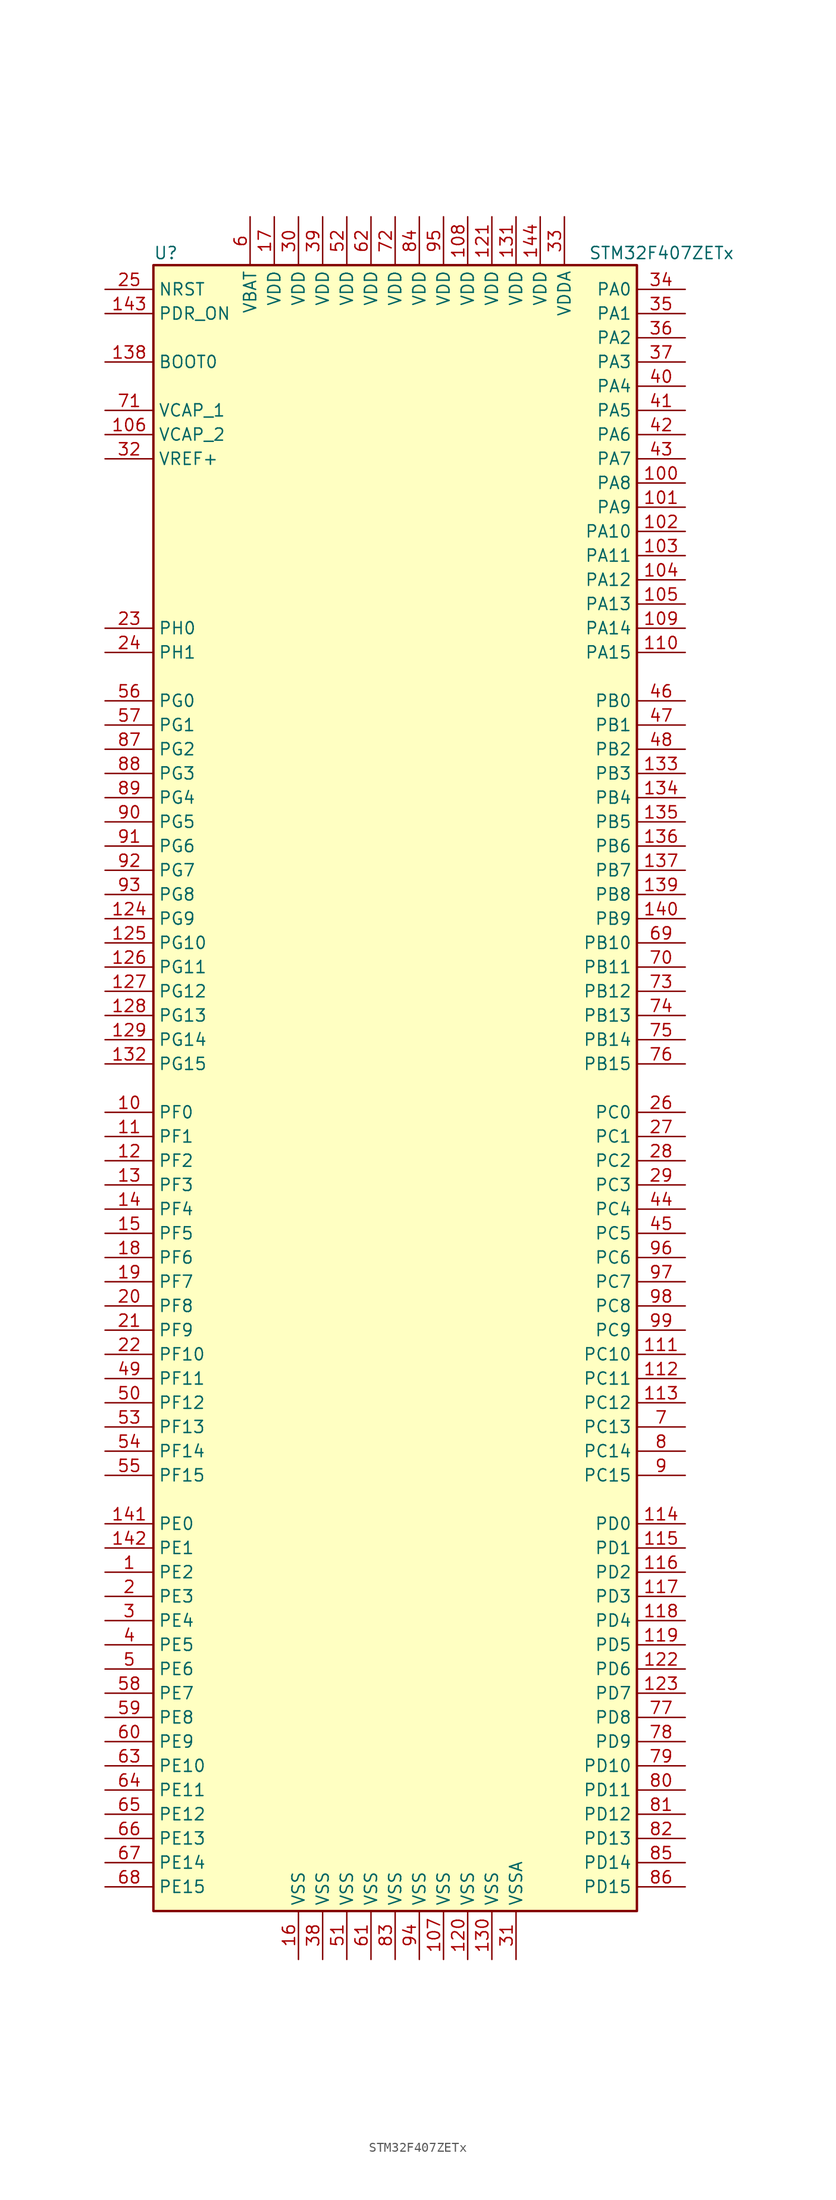
<source format=kicad_sym>
(kicad_symbol_lib
  (version 20220914)
  (generator kicad_symbol_editor)
  (symbol "STM32F407ZETx"
    (property "Reference" "U"
      (at -25.4 87.63 0)
      (effects (font (size 1.27 1.27)) (justify left)))
    (property "Value" "STM32F407ZETx"
      (at 20.32 87.63 0)
      (effects (font (size 1.27 1.27)) (justify left)))
    (symbol "STM32F407ZETx_0_1"
      (rectangle (start -25.4 -86.36) (end 25.4 86.36) (stroke (width 0.254) (type default)) (fill (type background))))
    (symbol "STM32F407ZETx_1_1"
      (pin bidirectional line (at -30.48 -50.8 0) (length 5.08) (name "PE2" (effects (font (size 1.27 1.27)))) (number "1" (effects (font (size 1.27 1.27)))))
      (pin bidirectional line (at -30.48 -2.54 0) (length 5.08) (name "PF0" (effects (font (size 1.27 1.27)))) (number "10" (effects (font (size 1.27 1.27)))))
      (pin bidirectional line (at 30.48 63.5 180) (length 5.08) (name "PA8" (effects (font (size 1.27 1.27)))) (number "100" (effects (font (size 1.27 1.27)))))
      (pin bidirectional line (at 30.48 60.96 180) (length 5.08) (name "PA9" (effects (font (size 1.27 1.27)))) (number "101" (effects (font (size 1.27 1.27)))))
      (pin bidirectional line (at 30.48 58.42 180) (length 5.08) (name "PA10" (effects (font (size 1.27 1.27)))) (number "102" (effects (font (size 1.27 1.27)))))
      (pin bidirectional line (at 30.48 55.88 180) (length 5.08) (name "PA11" (effects (font (size 1.27 1.27)))) (number "103" (effects (font (size 1.27 1.27)))))
      (pin bidirectional line (at 30.48 53.34 180) (length 5.08) (name "PA12" (effects (font (size 1.27 1.27)))) (number "104" (effects (font (size 1.27 1.27)))))
      (pin bidirectional line (at 30.48 50.8 180) (length 5.08) (name "PA13" (effects (font (size 1.27 1.27)))) (number "105" (effects (font (size 1.27 1.27)))))
      (pin power_in line (at -30.48 68.58 0) (length 5.08) (name "VCAP_2" (effects (font (size 1.27 1.27)))) (number "106" (effects (font (size 1.27 1.27)))))
      (pin power_in line (at 5.08 -91.44 90) (length 5.08) (name "VSS" (effects (font (size 1.27 1.27)))) (number "107" (effects (font (size 1.27 1.27)))))
      (pin power_in line (at 7.62 91.44 270) (length 5.08) (name "VDD" (effects (font (size 1.27 1.27)))) (number "108" (effects (font (size 1.27 1.27)))))
      (pin bidirectional line (at 30.48 48.26 180) (length 5.08) (name "PA14" (effects (font (size 1.27 1.27)))) (number "109" (effects (font (size 1.27 1.27)))))
      (pin bidirectional line (at -30.48 -5.08 0) (length 5.08) (name "PF1" (effects (font (size 1.27 1.27)))) (number "11" (effects (font (size 1.27 1.27)))))
      (pin bidirectional line (at 30.48 45.72 180) (length 5.08) (name "PA15" (effects (font (size 1.27 1.27)))) (number "110" (effects (font (size 1.27 1.27)))))
      (pin bidirectional line (at 30.48 -27.94 180) (length 5.08) (name "PC10" (effects (font (size 1.27 1.27)))) (number "111" (effects (font (size 1.27 1.27)))))
      (pin bidirectional line (at 30.48 -30.48 180) (length 5.08) (name "PC11" (effects (font (size 1.27 1.27)))) (number "112" (effects (font (size 1.27 1.27)))))
      (pin bidirectional line (at 30.48 -33.02 180) (length 5.08) (name "PC12" (effects (font (size 1.27 1.27)))) (number "113" (effects (font (size 1.27 1.27)))))
      (pin bidirectional line (at 30.48 -45.72 180) (length 5.08) (name "PD0" (effects (font (size 1.27 1.27)))) (number "114" (effects (font (size 1.27 1.27)))))
      (pin bidirectional line (at 30.48 -48.26 180) (length 5.08) (name "PD1" (effects (font (size 1.27 1.27)))) (number "115" (effects (font (size 1.27 1.27)))))
      (pin bidirectional line (at 30.48 -50.8 180) (length 5.08) (name "PD2" (effects (font (size 1.27 1.27)))) (number "116" (effects (font (size 1.27 1.27)))))
      (pin bidirectional line (at 30.48 -53.34 180) (length 5.08) (name "PD3" (effects (font (size 1.27 1.27)))) (number "117" (effects (font (size 1.27 1.27)))))
      (pin bidirectional line (at 30.48 -55.88 180) (length 5.08) (name "PD4" (effects (font (size 1.27 1.27)))) (number "118" (effects (font (size 1.27 1.27)))))
      (pin bidirectional line (at 30.48 -58.42 180) (length 5.08) (name "PD5" (effects (font (size 1.27 1.27)))) (number "119" (effects (font (size 1.27 1.27)))))
      (pin bidirectional line (at -30.48 -7.62 0) (length 5.08) (name "PF2" (effects (font (size 1.27 1.27)))) (number "12" (effects (font (size 1.27 1.27)))))
      (pin power_in line (at 7.62 -91.44 90) (length 5.08) (name "VSS" (effects (font (size 1.27 1.27)))) (number "120" (effects (font (size 1.27 1.27)))))
      (pin power_in line (at 10.16 91.44 270) (length 5.08) (name "VDD" (effects (font (size 1.27 1.27)))) (number "121" (effects (font (size 1.27 1.27)))))
      (pin bidirectional line (at 30.48 -60.96 180) (length 5.08) (name "PD6" (effects (font (size 1.27 1.27)))) (number "122" (effects (font (size 1.27 1.27)))))
      (pin bidirectional line (at 30.48 -63.5 180) (length 5.08) (name "PD7" (effects (font (size 1.27 1.27)))) (number "123" (effects (font (size 1.27 1.27)))))
      (pin bidirectional line (at -30.48 17.78 0) (length 5.08) (name "PG9" (effects (font (size 1.27 1.27)))) (number "124" (effects (font (size 1.27 1.27)))))
      (pin bidirectional line (at -30.48 15.24 0) (length 5.08) (name "PG10" (effects (font (size 1.27 1.27)))) (number "125" (effects (font (size 1.27 1.27)))))
      (pin bidirectional line (at -30.48 12.7 0) (length 5.08) (name "PG11" (effects (font (size 1.27 1.27)))) (number "126" (effects (font (size 1.27 1.27)))))
      (pin bidirectional line (at -30.48 10.16 0) (length 5.08) (name "PG12" (effects (font (size 1.27 1.27)))) (number "127" (effects (font (size 1.27 1.27)))))
      (pin bidirectional line (at -30.48 7.62 0) (length 5.08) (name "PG13" (effects (font (size 1.27 1.27)))) (number "128" (effects (font (size 1.27 1.27)))))
      (pin bidirectional line (at -30.48 5.08 0) (length 5.08) (name "PG14" (effects (font (size 1.27 1.27)))) (number "129" (effects (font (size 1.27 1.27)))))
      (pin bidirectional line (at -30.48 -10.16 0) (length 5.08) (name "PF3" (effects (font (size 1.27 1.27)))) (number "13" (effects (font (size 1.27 1.27)))))
      (pin power_in line (at 10.16 -91.44 90) (length 5.08) (name "VSS" (effects (font (size 1.27 1.27)))) (number "130" (effects (font (size 1.27 1.27)))))
      (pin power_in line (at 12.7 91.44 270) (length 5.08) (name "VDD" (effects (font (size 1.27 1.27)))) (number "131" (effects (font (size 1.27 1.27)))))
      (pin bidirectional line (at -30.48 2.54 0) (length 5.08) (name "PG15" (effects (font (size 1.27 1.27)))) (number "132" (effects (font (size 1.27 1.27)))))
      (pin bidirectional line (at 30.48 33.02 180) (length 5.08) (name "PB3" (effects (font (size 1.27 1.27)))) (number "133" (effects (font (size 1.27 1.27)))))
      (pin bidirectional line (at 30.48 30.48 180) (length 5.08) (name "PB4" (effects (font (size 1.27 1.27)))) (number "134" (effects (font (size 1.27 1.27)))))
      (pin bidirectional line (at 30.48 27.94 180) (length 5.08) (name "PB5" (effects (font (size 1.27 1.27)))) (number "135" (effects (font (size 1.27 1.27)))))
      (pin bidirectional line (at 30.48 25.4 180) (length 5.08) (name "PB6" (effects (font (size 1.27 1.27)))) (number "136" (effects (font (size 1.27 1.27)))))
      (pin bidirectional line (at 30.48 22.86 180) (length 5.08) (name "PB7" (effects (font (size 1.27 1.27)))) (number "137" (effects (font (size 1.27 1.27)))))
      (pin input line (at -30.48 76.2 0) (length 5.08) (name "BOOT0" (effects (font (size 1.27 1.27)))) (number "138" (effects (font (size 1.27 1.27)))))
      (pin bidirectional line (at 30.48 20.32 180) (length 5.08) (name "PB8" (effects (font (size 1.27 1.27)))) (number "139" (effects (font (size 1.27 1.27)))))
      (pin bidirectional line (at -30.48 -12.7 0) (length 5.08) (name "PF4" (effects (font (size 1.27 1.27)))) (number "14" (effects (font (size 1.27 1.27)))))
      (pin bidirectional line (at 30.48 17.78 180) (length 5.08) (name "PB9" (effects (font (size 1.27 1.27)))) (number "140" (effects (font (size 1.27 1.27)))))
      (pin bidirectional line (at -30.48 -45.72 0) (length 5.08) (name "PE0" (effects (font (size 1.27 1.27)))) (number "141" (effects (font (size 1.27 1.27)))))
      (pin bidirectional line (at -30.48 -48.26 0) (length 5.08) (name "PE1" (effects (font (size 1.27 1.27)))) (number "142" (effects (font (size 1.27 1.27)))))
      (pin input line (at -30.48 81.28 0) (length 5.08) (name "PDR_ON" (effects (font (size 1.27 1.27)))) (number "143" (effects (font (size 1.27 1.27)))))
      (pin power_in line (at 15.24 91.44 270) (length 5.08) (name "VDD" (effects (font (size 1.27 1.27)))) (number "144" (effects (font (size 1.27 1.27)))))
      (pin bidirectional line (at -30.48 -15.24 0) (length 5.08) (name "PF5" (effects (font (size 1.27 1.27)))) (number "15" (effects (font (size 1.27 1.27)))))
      (pin power_in line (at -10.16 -91.44 90) (length 5.08) (name "VSS" (effects (font (size 1.27 1.27)))) (number "16" (effects (font (size 1.27 1.27)))))
      (pin power_in line (at -12.7 91.44 270) (length 5.08) (name "VDD" (effects (font (size 1.27 1.27)))) (number "17" (effects (font (size 1.27 1.27)))))
      (pin bidirectional line (at -30.48 -17.78 0) (length 5.08) (name "PF6" (effects (font (size 1.27 1.27)))) (number "18" (effects (font (size 1.27 1.27)))))
      (pin bidirectional line (at -30.48 -20.32 0) (length 5.08) (name "PF7" (effects (font (size 1.27 1.27)))) (number "19" (effects (font (size 1.27 1.27)))))
      (pin bidirectional line (at -30.48 -53.34 0) (length 5.08) (name "PE3" (effects (font (size 1.27 1.27)))) (number "2" (effects (font (size 1.27 1.27)))))
      (pin bidirectional line (at -30.48 -22.86 0) (length 5.08) (name "PF8" (effects (font (size 1.27 1.27)))) (number "20" (effects (font (size 1.27 1.27)))))
      (pin bidirectional line (at -30.48 -25.4 0) (length 5.08) (name "PF9" (effects (font (size 1.27 1.27)))) (number "21" (effects (font (size 1.27 1.27)))))
      (pin bidirectional line (at -30.48 -27.94 0) (length 5.08) (name "PF10" (effects (font (size 1.27 1.27)))) (number "22" (effects (font (size 1.27 1.27)))))
      (pin input line (at -30.48 48.26 0) (length 5.08) (name "PH0" (effects (font (size 1.27 1.27)))) (number "23" (effects (font (size 1.27 1.27)))))
      (pin input line (at -30.48 45.72 0) (length 5.08) (name "PH1" (effects (font (size 1.27 1.27)))) (number "24" (effects (font (size 1.27 1.27)))))
      (pin input line (at -30.48 83.82 0) (length 5.08) (name "NRST" (effects (font (size 1.27 1.27)))) (number "25" (effects (font (size 1.27 1.27)))))
      (pin bidirectional line (at 30.48 -2.54 180) (length 5.08) (name "PC0" (effects (font (size 1.27 1.27)))) (number "26" (effects (font (size 1.27 1.27)))))
      (pin bidirectional line (at 30.48 -5.08 180) (length 5.08) (name "PC1" (effects (font (size 1.27 1.27)))) (number "27" (effects (font (size 1.27 1.27)))))
      (pin bidirectional line (at 30.48 -7.62 180) (length 5.08) (name "PC2" (effects (font (size 1.27 1.27)))) (number "28" (effects (font (size 1.27 1.27)))))
      (pin bidirectional line (at 30.48 -10.16 180) (length 5.08) (name "PC3" (effects (font (size 1.27 1.27)))) (number "29" (effects (font (size 1.27 1.27)))))
      (pin bidirectional line (at -30.48 -55.88 0) (length 5.08) (name "PE4" (effects (font (size 1.27 1.27)))) (number "3" (effects (font (size 1.27 1.27)))))
      (pin power_in line (at -10.16 91.44 270) (length 5.08) (name "VDD" (effects (font (size 1.27 1.27)))) (number "30" (effects (font (size 1.27 1.27)))))
      (pin power_in line (at 12.7 -91.44 90) (length 5.08) (name "VSSA" (effects (font (size 1.27 1.27)))) (number "31" (effects (font (size 1.27 1.27)))))
      (pin power_in line (at -30.48 66.04 0) (length 5.08) (name "VREF+" (effects (font (size 1.27 1.27)))) (number "32" (effects (font (size 1.27 1.27)))))
      (pin power_in line (at 17.78 91.44 270) (length 5.08) (name "VDDA" (effects (font (size 1.27 1.27)))) (number "33" (effects (font (size 1.27 1.27)))))
      (pin bidirectional line (at 30.48 83.82 180) (length 5.08) (name "PA0" (effects (font (size 1.27 1.27)))) (number "34" (effects (font (size 1.27 1.27)))))
      (pin bidirectional line (at 30.48 81.28 180) (length 5.08) (name "PA1" (effects (font (size 1.27 1.27)))) (number "35" (effects (font (size 1.27 1.27)))))
      (pin bidirectional line (at 30.48 78.74 180) (length 5.08) (name "PA2" (effects (font (size 1.27 1.27)))) (number "36" (effects (font (size 1.27 1.27)))))
      (pin bidirectional line (at 30.48 76.2 180) (length 5.08) (name "PA3" (effects (font (size 1.27 1.27)))) (number "37" (effects (font (size 1.27 1.27)))))
      (pin power_in line (at -7.62 -91.44 90) (length 5.08) (name "VSS" (effects (font (size 1.27 1.27)))) (number "38" (effects (font (size 1.27 1.27)))))
      (pin power_in line (at -7.62 91.44 270) (length 5.08) (name "VDD" (effects (font (size 1.27 1.27)))) (number "39" (effects (font (size 1.27 1.27)))))
      (pin bidirectional line (at -30.48 -58.42 0) (length 5.08) (name "PE5" (effects (font (size 1.27 1.27)))) (number "4" (effects (font (size 1.27 1.27)))))
      (pin bidirectional line (at 30.48 73.66 180) (length 5.08) (name "PA4" (effects (font (size 1.27 1.27)))) (number "40" (effects (font (size 1.27 1.27)))))
      (pin bidirectional line (at 30.48 71.12 180) (length 5.08) (name "PA5" (effects (font (size 1.27 1.27)))) (number "41" (effects (font (size 1.27 1.27)))))
      (pin bidirectional line (at 30.48 68.58 180) (length 5.08) (name "PA6" (effects (font (size 1.27 1.27)))) (number "42" (effects (font (size 1.27 1.27)))))
      (pin bidirectional line (at 30.48 66.04 180) (length 5.08) (name "PA7" (effects (font (size 1.27 1.27)))) (number "43" (effects (font (size 1.27 1.27)))))
      (pin bidirectional line (at 30.48 -12.7 180) (length 5.08) (name "PC4" (effects (font (size 1.27 1.27)))) (number "44" (effects (font (size 1.27 1.27)))))
      (pin bidirectional line (at 30.48 -15.24 180) (length 5.08) (name "PC5" (effects (font (size 1.27 1.27)))) (number "45" (effects (font (size 1.27 1.27)))))
      (pin bidirectional line (at 30.48 40.64 180) (length 5.08) (name "PB0" (effects (font (size 1.27 1.27)))) (number "46" (effects (font (size 1.27 1.27)))))
      (pin bidirectional line (at 30.48 38.1 180) (length 5.08) (name "PB1" (effects (font (size 1.27 1.27)))) (number "47" (effects (font (size 1.27 1.27)))))
      (pin bidirectional line (at 30.48 35.56 180) (length 5.08) (name "PB2" (effects (font (size 1.27 1.27)))) (number "48" (effects (font (size 1.27 1.27)))))
      (pin bidirectional line (at -30.48 -30.48 0) (length 5.08) (name "PF11" (effects (font (size 1.27 1.27)))) (number "49" (effects (font (size 1.27 1.27)))))
      (pin bidirectional line (at -30.48 -60.96 0) (length 5.08) (name "PE6" (effects (font (size 1.27 1.27)))) (number "5" (effects (font (size 1.27 1.27)))))
      (pin bidirectional line (at -30.48 -33.02 0) (length 5.08) (name "PF12" (effects (font (size 1.27 1.27)))) (number "50" (effects (font (size 1.27 1.27)))))
      (pin power_in line (at -5.08 -91.44 90) (length 5.08) (name "VSS" (effects (font (size 1.27 1.27)))) (number "51" (effects (font (size 1.27 1.27)))))
      (pin power_in line (at -5.08 91.44 270) (length 5.08) (name "VDD" (effects (font (size 1.27 1.27)))) (number "52" (effects (font (size 1.27 1.27)))))
      (pin bidirectional line (at -30.48 -35.56 0) (length 5.08) (name "PF13" (effects (font (size 1.27 1.27)))) (number "53" (effects (font (size 1.27 1.27)))))
      (pin bidirectional line (at -30.48 -38.1 0) (length 5.08) (name "PF14" (effects (font (size 1.27 1.27)))) (number "54" (effects (font (size 1.27 1.27)))))
      (pin bidirectional line (at -30.48 -40.64 0) (length 5.08) (name "PF15" (effects (font (size 1.27 1.27)))) (number "55" (effects (font (size 1.27 1.27)))))
      (pin bidirectional line (at -30.48 40.64 0) (length 5.08) (name "PG0" (effects (font (size 1.27 1.27)))) (number "56" (effects (font (size 1.27 1.27)))))
      (pin bidirectional line (at -30.48 38.1 0) (length 5.08) (name "PG1" (effects (font (size 1.27 1.27)))) (number "57" (effects (font (size 1.27 1.27)))))
      (pin bidirectional line (at -30.48 -63.5 0) (length 5.08) (name "PE7" (effects (font (size 1.27 1.27)))) (number "58" (effects (font (size 1.27 1.27)))))
      (pin bidirectional line (at -30.48 -66.04 0) (length 5.08) (name "PE8" (effects (font (size 1.27 1.27)))) (number "59" (effects (font (size 1.27 1.27)))))
      (pin power_in line (at -15.24 91.44 270) (length 5.08) (name "VBAT" (effects (font (size 1.27 1.27)))) (number "6" (effects (font (size 1.27 1.27)))))
      (pin bidirectional line (at -30.48 -68.58 0) (length 5.08) (name "PE9" (effects (font (size 1.27 1.27)))) (number "60" (effects (font (size 1.27 1.27)))))
      (pin power_in line (at -2.54 -91.44 90) (length 5.08) (name "VSS" (effects (font (size 1.27 1.27)))) (number "61" (effects (font (size 1.27 1.27)))))
      (pin power_in line (at -2.54 91.44 270) (length 5.08) (name "VDD" (effects (font (size 1.27 1.27)))) (number "62" (effects (font (size 1.27 1.27)))))
      (pin bidirectional line (at -30.48 -71.12 0) (length 5.08) (name "PE10" (effects (font (size 1.27 1.27)))) (number "63" (effects (font (size 1.27 1.27)))))
      (pin bidirectional line (at -30.48 -73.66 0) (length 5.08) (name "PE11" (effects (font (size 1.27 1.27)))) (number "64" (effects (font (size 1.27 1.27)))))
      (pin bidirectional line (at -30.48 -76.2 0) (length 5.08) (name "PE12" (effects (font (size 1.27 1.27)))) (number "65" (effects (font (size 1.27 1.27)))))
      (pin bidirectional line (at -30.48 -78.74 0) (length 5.08) (name "PE13" (effects (font (size 1.27 1.27)))) (number "66" (effects (font (size 1.27 1.27)))))
      (pin bidirectional line (at -30.48 -81.28 0) (length 5.08) (name "PE14" (effects (font (size 1.27 1.27)))) (number "67" (effects (font (size 1.27 1.27)))))
      (pin bidirectional line (at -30.48 -83.82 0) (length 5.08) (name "PE15" (effects (font (size 1.27 1.27)))) (number "68" (effects (font (size 1.27 1.27)))))
      (pin bidirectional line (at 30.48 15.24 180) (length 5.08) (name "PB10" (effects (font (size 1.27 1.27)))) (number "69" (effects (font (size 1.27 1.27)))))
      (pin bidirectional line (at 30.48 -35.56 180) (length 5.08) (name "PC13" (effects (font (size 1.27 1.27)))) (number "7" (effects (font (size 1.27 1.27)))))
      (pin bidirectional line (at 30.48 12.7 180) (length 5.08) (name "PB11" (effects (font (size 1.27 1.27)))) (number "70" (effects (font (size 1.27 1.27)))))
      (pin power_in line (at -30.48 71.12 0) (length 5.08) (name "VCAP_1" (effects (font (size 1.27 1.27)))) (number "71" (effects (font (size 1.27 1.27)))))
      (pin power_in line (at 0 91.44 270) (length 5.08) (name "VDD" (effects (font (size 1.27 1.27)))) (number "72" (effects (font (size 1.27 1.27)))))
      (pin bidirectional line (at 30.48 10.16 180) (length 5.08) (name "PB12" (effects (font (size 1.27 1.27)))) (number "73" (effects (font (size 1.27 1.27)))))
      (pin bidirectional line (at 30.48 7.62 180) (length 5.08) (name "PB13" (effects (font (size 1.27 1.27)))) (number "74" (effects (font (size 1.27 1.27)))))
      (pin bidirectional line (at 30.48 5.08 180) (length 5.08) (name "PB14" (effects (font (size 1.27 1.27)))) (number "75" (effects (font (size 1.27 1.27)))))
      (pin bidirectional line (at 30.48 2.54 180) (length 5.08) (name "PB15" (effects (font (size 1.27 1.27)))) (number "76" (effects (font (size 1.27 1.27)))))
      (pin bidirectional line (at 30.48 -66.04 180) (length 5.08) (name "PD8" (effects (font (size 1.27 1.27)))) (number "77" (effects (font (size 1.27 1.27)))))
      (pin bidirectional line (at 30.48 -68.58 180) (length 5.08) (name "PD9" (effects (font (size 1.27 1.27)))) (number "78" (effects (font (size 1.27 1.27)))))
      (pin bidirectional line (at 30.48 -71.12 180) (length 5.08) (name "PD10" (effects (font (size 1.27 1.27)))) (number "79" (effects (font (size 1.27 1.27)))))
      (pin bidirectional line (at 30.48 -38.1 180) (length 5.08) (name "PC14" (effects (font (size 1.27 1.27)))) (number "8" (effects (font (size 1.27 1.27)))))
      (pin bidirectional line (at 30.48 -73.66 180) (length 5.08) (name "PD11" (effects (font (size 1.27 1.27)))) (number "80" (effects (font (size 1.27 1.27)))))
      (pin bidirectional line (at 30.48 -76.2 180) (length 5.08) (name "PD12" (effects (font (size 1.27 1.27)))) (number "81" (effects (font (size 1.27 1.27)))))
      (pin bidirectional line (at 30.48 -78.74 180) (length 5.08) (name "PD13" (effects (font (size 1.27 1.27)))) (number "82" (effects (font (size 1.27 1.27)))))
      (pin power_in line (at 0 -91.44 90) (length 5.08) (name "VSS" (effects (font (size 1.27 1.27)))) (number "83" (effects (font (size 1.27 1.27)))))
      (pin power_in line (at 2.54 91.44 270) (length 5.08) (name "VDD" (effects (font (size 1.27 1.27)))) (number "84" (effects (font (size 1.27 1.27)))))
      (pin bidirectional line (at 30.48 -81.28 180) (length 5.08) (name "PD14" (effects (font (size 1.27 1.27)))) (number "85" (effects (font (size 1.27 1.27)))))
      (pin bidirectional line (at 30.48 -83.82 180) (length 5.08) (name "PD15" (effects (font (size 1.27 1.27)))) (number "86" (effects (font (size 1.27 1.27)))))
      (pin bidirectional line (at -30.48 35.56 0) (length 5.08) (name "PG2" (effects (font (size 1.27 1.27)))) (number "87" (effects (font (size 1.27 1.27)))))
      (pin bidirectional line (at -30.48 33.02 0) (length 5.08) (name "PG3" (effects (font (size 1.27 1.27)))) (number "88" (effects (font (size 1.27 1.27)))))
      (pin bidirectional line (at -30.48 30.48 0) (length 5.08) (name "PG4" (effects (font (size 1.27 1.27)))) (number "89" (effects (font (size 1.27 1.27)))))
      (pin bidirectional line (at 30.48 -40.64 180) (length 5.08) (name "PC15" (effects (font (size 1.27 1.27)))) (number "9" (effects (font (size 1.27 1.27)))))
      (pin bidirectional line (at -30.48 27.94 0) (length 5.08) (name "PG5" (effects (font (size 1.27 1.27)))) (number "90" (effects (font (size 1.27 1.27)))))
      (pin bidirectional line (at -30.48 25.4 0) (length 5.08) (name "PG6" (effects (font (size 1.27 1.27)))) (number "91" (effects (font (size 1.27 1.27)))))
      (pin bidirectional line (at -30.48 22.86 0) (length 5.08) (name "PG7" (effects (font (size 1.27 1.27)))) (number "92" (effects (font (size 1.27 1.27)))))
      (pin bidirectional line (at -30.48 20.32 0) (length 5.08) (name "PG8" (effects (font (size 1.27 1.27)))) (number "93" (effects (font (size 1.27 1.27)))))
      (pin power_in line (at 2.54 -91.44 90) (length 5.08) (name "VSS" (effects (font (size 1.27 1.27)))) (number "94" (effects (font (size 1.27 1.27)))))
      (pin power_in line (at 5.08 91.44 270) (length 5.08) (name "VDD" (effects (font (size 1.27 1.27)))) (number "95" (effects (font (size 1.27 1.27)))))
      (pin bidirectional line (at 30.48 -17.78 180) (length 5.08) (name "PC6" (effects (font (size 1.27 1.27)))) (number "96" (effects (font (size 1.27 1.27)))))
      (pin bidirectional line (at 30.48 -20.32 180) (length 5.08) (name "PC7" (effects (font (size 1.27 1.27)))) (number "97" (effects (font (size 1.27 1.27)))))
      (pin bidirectional line (at 30.48 -22.86 180) (length 5.08) (name "PC8" (effects (font (size 1.27 1.27)))) (number "98" (effects (font (size 1.27 1.27)))))
      (pin bidirectional line (at 30.48 -25.4 180) (length 5.08) (name "PC9" (effects (font (size 1.27 1.27)))) (number "99" (effects (font (size 1.27 1.27))))))))
</source>
